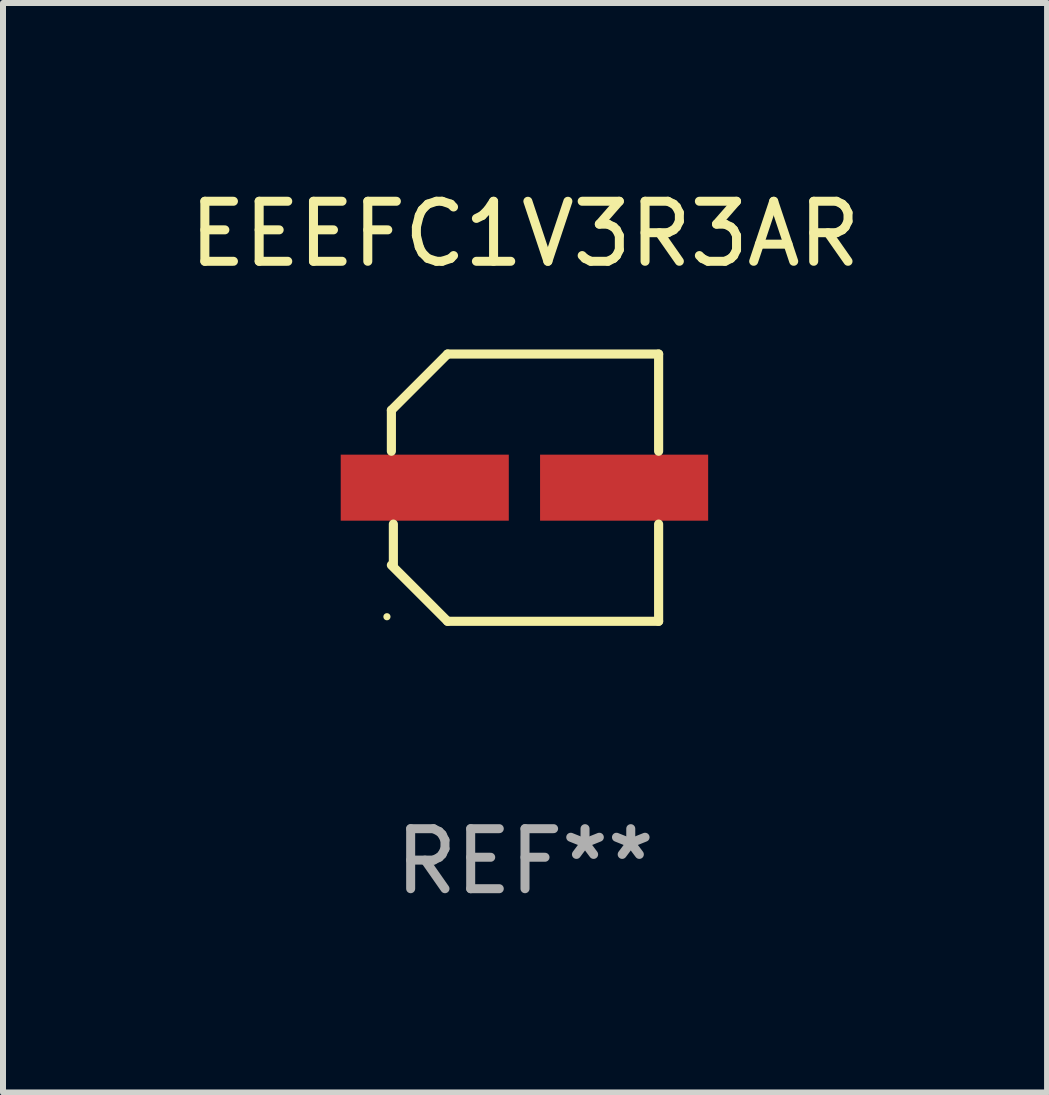
<source format=kicad_pcb>
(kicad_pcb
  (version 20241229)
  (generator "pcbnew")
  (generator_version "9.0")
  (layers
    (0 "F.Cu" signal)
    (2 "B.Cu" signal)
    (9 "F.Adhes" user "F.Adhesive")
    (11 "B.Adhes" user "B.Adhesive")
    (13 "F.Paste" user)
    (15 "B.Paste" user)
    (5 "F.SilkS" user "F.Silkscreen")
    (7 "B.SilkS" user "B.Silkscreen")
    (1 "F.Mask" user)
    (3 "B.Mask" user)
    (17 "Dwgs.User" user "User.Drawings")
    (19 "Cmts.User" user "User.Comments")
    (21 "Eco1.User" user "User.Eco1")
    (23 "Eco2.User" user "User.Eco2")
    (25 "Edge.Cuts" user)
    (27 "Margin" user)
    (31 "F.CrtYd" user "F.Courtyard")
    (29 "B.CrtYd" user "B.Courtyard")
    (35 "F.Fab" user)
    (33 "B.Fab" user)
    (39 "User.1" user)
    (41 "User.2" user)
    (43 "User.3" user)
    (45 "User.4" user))
  (footprint "EEEFC1V3R3AR"
    (layer "F.Cu")
    (at 5.696 5.074)
    (property "Reference" "EEEFC1V3R3AR" (at 0 -4.226 0) (layer "F.SilkS") (effects (font (size 1 1) (thickness 0.15))))
    (attr through_hole)
    (fp_line (start -2.226 -1.29) (end -2.226 -0.607) (stroke (width 0.152) (type solid)) (layer "F.SilkS"))
    (fp_line (start -2.193 1.29) (end -2.193 0.607) (stroke (width 0.152) (type solid)) (layer "F.SilkS"))
    (fp_line (start -1.29 2.226) (end -2.226 1.29) (stroke (width 0.152) (type solid)) (layer "F.SilkS"))
    (fp_line (start -1.29 -2.226) (end -2.226 -1.29) (stroke (width 0.152) (type solid)) (layer "F.SilkS"))
    (fp_line (start 2.226 -2.226) (end -1.29 -2.226) (stroke (width 0.152) (type solid)) (layer "F.SilkS"))
    (fp_line (start 2.226 -0.607) (end 2.226 -2.226) (stroke (width 0.152) (type solid)) (layer "F.SilkS"))
    (fp_line (start 2.226 0.607) (end 2.226 2.226) (stroke (width 0.152) (type solid)) (layer "F.SilkS"))
    (fp_line (start 2.226 2.226) (end -1.29 2.226) (stroke (width 0.152) (type solid)) (layer "F.SilkS"))
    (fp_circle (center -2.3 2.15) (end -2.27 2.15) (stroke (width 0.06) (type solid)) (fill no) (layer "F.SilkS"))
    (fp_text user "REF**" (at 0 6.226 0) (layer "F.Fab") (effects (font (size 1 1) (thickness 0.15))))
    (pad "1" smd rect (at -1.67 -0.000025) (size 2.8 1.1) (layers "F.Cu" "F.Mask" "F.Paste"))
    (pad "2" smd rect (at 1.651 -0.000025) (size 2.8 1.1) (layers "F.Cu" "F.Mask" "F.Paste")))
  (gr_rect
    (start -3 -3)
    (end 14.393 15.149)
    (stroke (width 0.1) (type default))
    (fill no)
    (layer "Edge.Cuts")))
</source>
